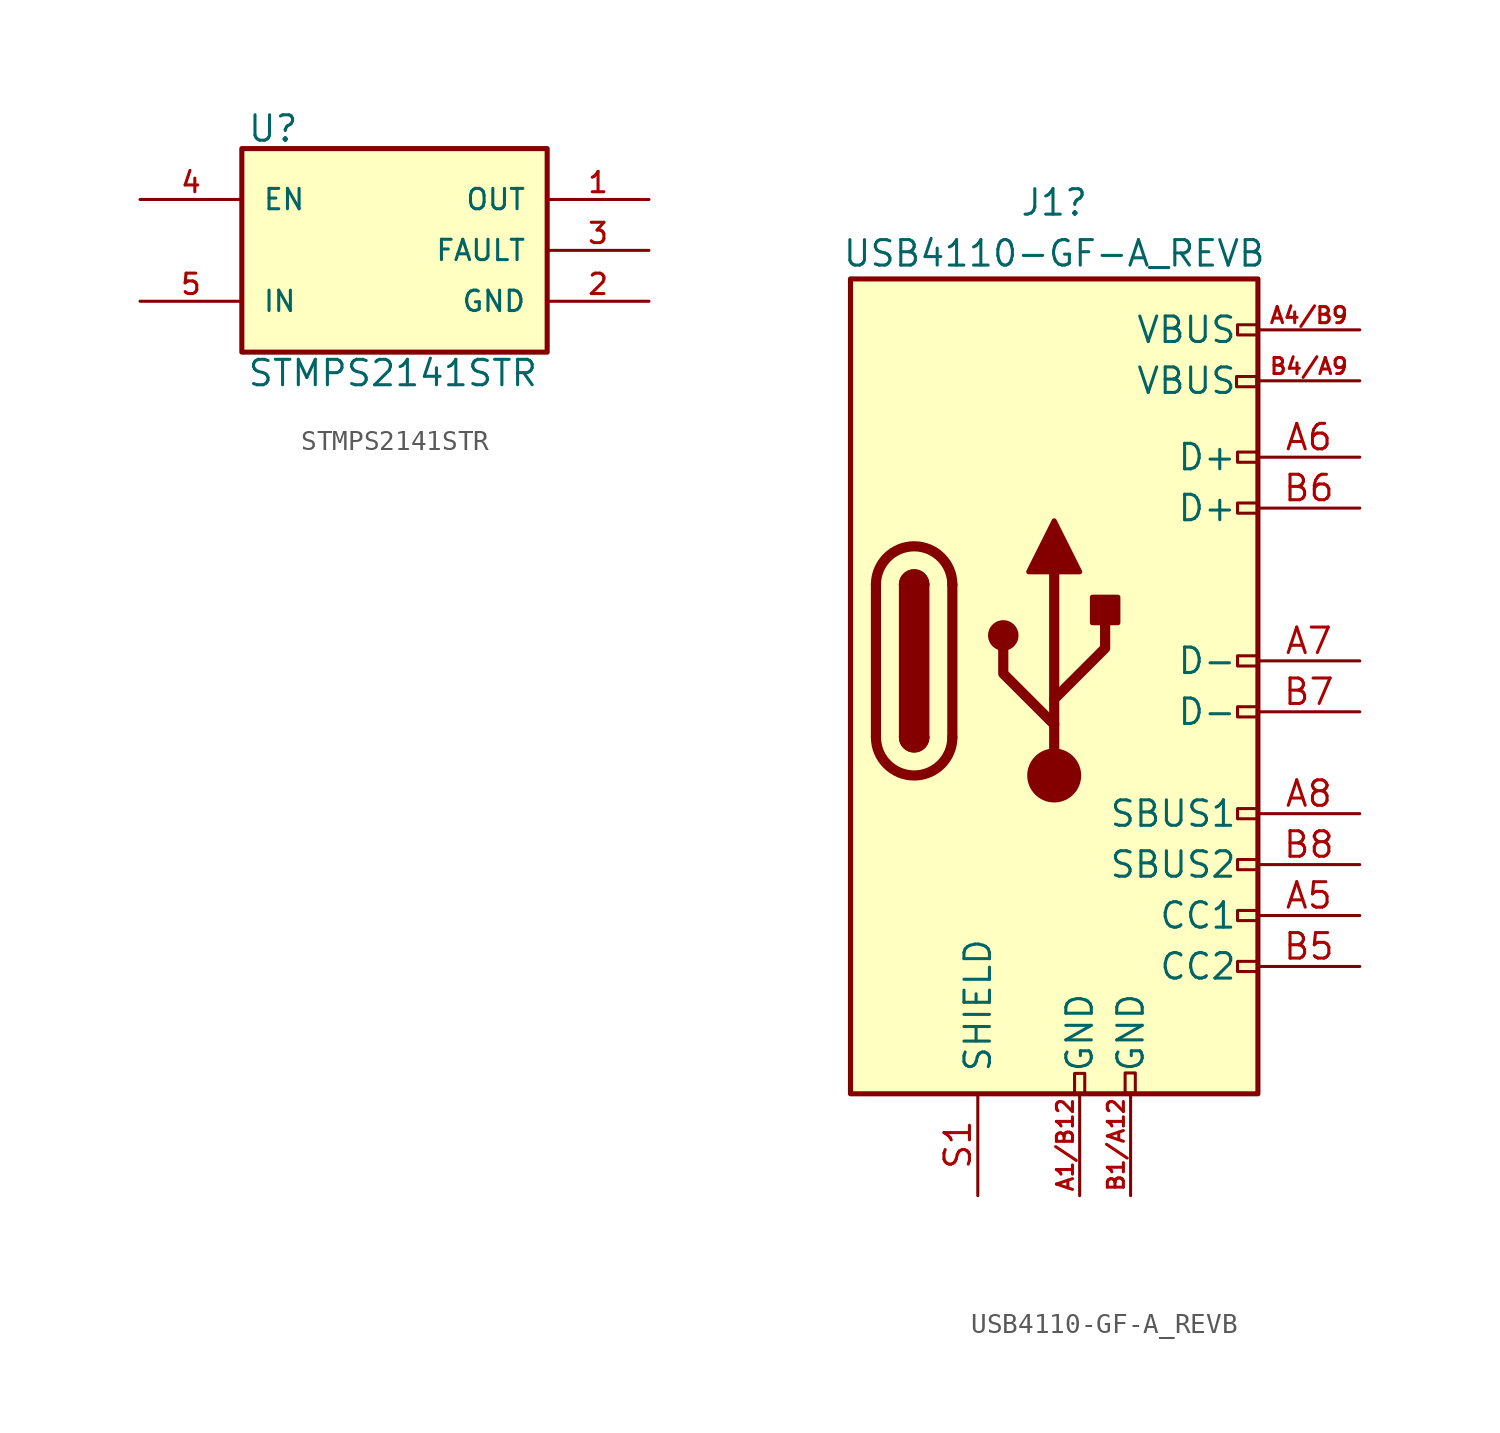
<source format=kicad_sym>
(kicad_symbol_lib
  (version 20220914)
  (generator kicad_symbol_editor)
  (symbol "STMPS2141STR"
    (pin_names
      (offset 1.016))
    (property "Reference" "U"
      (at -7.366 5.334 0)
      (effects (font (size 1.27 1.27)) (justify left bottom)))
    (property "Value" "STMPS2141STR"
      (at -7.38 -6.871 0)
      (effects (font (size 1.27 1.27)) (justify left bottom)))
    (symbol "STMPS2141STR_0_0"
      (rectangle (start -7.62 -5.08) (end 7.62 5.08) (stroke (width 0.254) (type default)) (fill (type background)))
      (pin output line (at 12.7 2.54 180) (length 5.08) (name "OUT" (effects (font (size 1.016 1.016)))) (number "1" (effects (font (size 1.016 1.016)))))
      (pin power_in line (at 12.7 -2.54 180) (length 5.08) (name "GND" (effects (font (size 1.016 1.016)))) (number "2" (effects (font (size 1.016 1.016)))))
      (pin output line (at 12.7 0 180) (length 5.08) (name "FAULT" (effects (font (size 1.016 1.016)))) (number "3" (effects (font (size 1.016 1.016)))))
      (pin input line (at -12.7 2.54 0) (length 5.08) (name "EN" (effects (font (size 1.016 1.016)))) (number "4" (effects (font (size 1.016 1.016)))))
      (pin input line (at -12.7 -2.54 0) (length 5.08) (name "IN" (effects (font (size 1.016 1.016)))) (number "5" (effects (font (size 1.016 1.016)))))))
  (symbol "USB4110-GF-A_REVB"
    (pin_names
      (offset 1.016))
    (property "Reference" "J1"
      (at 0 25.4 0)
      (effects (font (size 1.27 1.27))))
    (property "Value" "USB4110-GF-A_REVB"
      (at 0 22.86 0)
      (effects (font (size 1.27 1.27))))
    (symbol "USB4110-GF-A_REVB_0_0"
      (rectangle (start 1.016 -18.034) (end 1.524 -19.05) (stroke (width 0) (type default)) (fill (type none)))
      (rectangle (start 3.537 -18.009) (end 4.045 -19.025) (stroke (width 0) (type default)) (fill (type none)))
      (rectangle (start 9.093 16.722) (end 10.109 16.214) (stroke (width 0) (type default)) (fill (type none)))
      (rectangle (start 10.16 -12.446) (end 9.144 -12.954) (stroke (width 0) (type default)) (fill (type none)))
      (rectangle (start 10.16 -9.906) (end 9.144 -10.414) (stroke (width 0) (type default)) (fill (type none)))
      (rectangle (start 10.16 -7.366) (end 9.144 -7.874) (stroke (width 0) (type default)) (fill (type none)))
      (rectangle (start 10.16 -4.826) (end 9.144 -5.334) (stroke (width 0) (type default)) (fill (type none)))
      (rectangle (start 10.16 0.254) (end 9.144 -0.254) (stroke (width 0) (type default)) (fill (type none)))
      (rectangle (start 10.16 2.794) (end 9.144 2.286) (stroke (width 0) (type default)) (fill (type none)))
      (rectangle (start 10.16 10.414) (end 9.144 9.906) (stroke (width 0) (type default)) (fill (type none)))
      (rectangle (start 10.16 12.954) (end 9.144 12.446) (stroke (width 0) (type default)) (fill (type none)))
      (rectangle (start 10.16 19.304) (end 9.144 18.796) (stroke (width 0) (type default)) (fill (type none))))
    (symbol "USB4110-GF-A_REVB_0_1"
      (arc (start -8.89 -1.27) (mid -6.985 -3.1667) (end -5.08 -1.27) (stroke (width 0.508) (type default)) (fill (type none)))
      (arc (start -7.62 -1.27) (mid -6.985 -1.9023) (end -6.35 -1.27) (stroke (width 0.254) (type default)) (fill (type none)))
      (arc (start -7.62 -1.27) (mid -6.985 -1.9023) (end -6.35 -1.27) (stroke (width 0.254) (type default)) (fill (type outline)))
      (rectangle (start -7.62 -1.27) (end -6.35 6.35) (stroke (width 0.254) (type default)) (fill (type outline)))
      (arc (start -6.35 6.35) (mid -6.985 6.9823) (end -7.62 6.35) (stroke (width 0.254) (type default)) (fill (type none)))
      (arc (start -6.35 6.35) (mid -6.985 6.9823) (end -7.62 6.35) (stroke (width 0.254) (type default)) (fill (type outline)))
      (arc (start -5.08 6.35) (mid -6.985 8.2467) (end -8.89 6.35) (stroke (width 0.508) (type default)) (fill (type none)))
      (polyline (pts (xy -8.89 -1.27) (xy -8.89 6.35)) (stroke (width 0.508) (type default)) (fill (type none)))
      (polyline (pts (xy -5.08 6.35) (xy -5.08 -1.27)) (stroke (width 0.508) (type default)) (fill (type none))))
    (symbol "USB4110-GF-A_REVB_1_1"
      (rectangle (start -10.16 21.59) (end 10.16 -19.05) (stroke (width 0.254) (type default)) (fill (type background)))
      (circle (center -2.54 3.81) (radius 0.635) (stroke (width 0.254) (type default)) (fill (type outline)))
      (circle (center 0 -3.175) (radius 1.27) (stroke (width 0) (type default)) (fill (type outline)))
      (polyline (pts (xy 0 -3.175) (xy 0 6.985)) (stroke (width 0.508) (type default)) (fill (type none)))
      (polyline (pts (xy 0 -0.635) (xy -2.54 1.905) (xy -2.54 3.175)) (stroke (width 0.508) (type default)) (fill (type none)))
      (polyline (pts (xy 0 0.635) (xy 2.54 3.175) (xy 2.54 4.445)) (stroke (width 0.508) (type default)) (fill (type none)))
      (polyline (pts (xy -1.27 6.985) (xy 0 9.525) (xy 1.27 6.985) (xy -1.27 6.985)) (stroke (width 0.254) (type default)) (fill (type outline)))
      (rectangle (start 1.905 4.445) (end 3.175 5.715) (stroke (width 0.254) (type default)) (fill (type outline)))
      (pin power_in line (at 1.27 -24.13 90) (length 5.08) (name "GND" (effects (font (size 1.27 1.27)))) (number "A1/B12" (effects (font (size 0.8 0.8)))))
      (pin power_in line (at 15.24 19.05 180) (length 5.08) (name "VBUS" (effects (font (size 1.27 1.27)))) (number "A4/B9" (effects (font (size 0.8 0.8)))))
      (pin bidirectional line (at 15.24 -10.16 180) (length 5.08) (name "CC1" (effects (font (size 1.27 1.27)))) (number "A5" (effects (font (size 1.27 1.27)))))
      (pin bidirectional line (at 15.24 12.7 180) (length 5.08) (name "D+" (effects (font (size 1.27 1.27)))) (number "A6" (effects (font (size 1.27 1.27)))))
      (pin bidirectional line (at 15.24 2.54 180) (length 5.08) (name "D-" (effects (font (size 1.27 1.27)))) (number "A7" (effects (font (size 1.27 1.27)))))
      (pin bidirectional line (at 15.24 -5.08 180) (length 5.08) (name "SBUS1" (effects (font (size 1.27 1.27)))) (number "A8" (effects (font (size 1.27 1.27)))))
      (pin power_in line (at 3.81 -24.13 90) (length 5.08) (name "GND" (effects (font (size 1.27 1.27)))) (number "B1/A12" (effects (font (size 0.8 0.8)))))
      (pin power_in line (at 15.24 16.51 180) (length 5.08) (name "VBUS" (effects (font (size 1.27 1.27)))) (number "B4/A9" (effects (font (size 0.8 0.8)))))
      (pin bidirectional line (at 15.24 -12.7 180) (length 5.08) (name "CC2" (effects (font (size 1.27 1.27)))) (number "B5" (effects (font (size 1.27 1.27)))))
      (pin bidirectional line (at 15.24 10.16 180) (length 5.08) (name "D+" (effects (font (size 1.27 1.27)))) (number "B6" (effects (font (size 1.27 1.27)))))
      (pin bidirectional line (at 15.24 0 180) (length 5.08) (name "D-" (effects (font (size 1.27 1.27)))) (number "B7" (effects (font (size 1.27 1.27)))))
      (pin bidirectional line (at 15.24 -7.62 180) (length 5.08) (name "SBUS2" (effects (font (size 1.27 1.27)))) (number "B8" (effects (font (size 1.27 1.27)))))
      (pin passive line (at -3.81 -24.13 90) (length 5.08) (name "SHIELD" (effects (font (size 1.27 1.27)))) (number "S1" (effects (font (size 1.27 1.27))))))))
</source>
